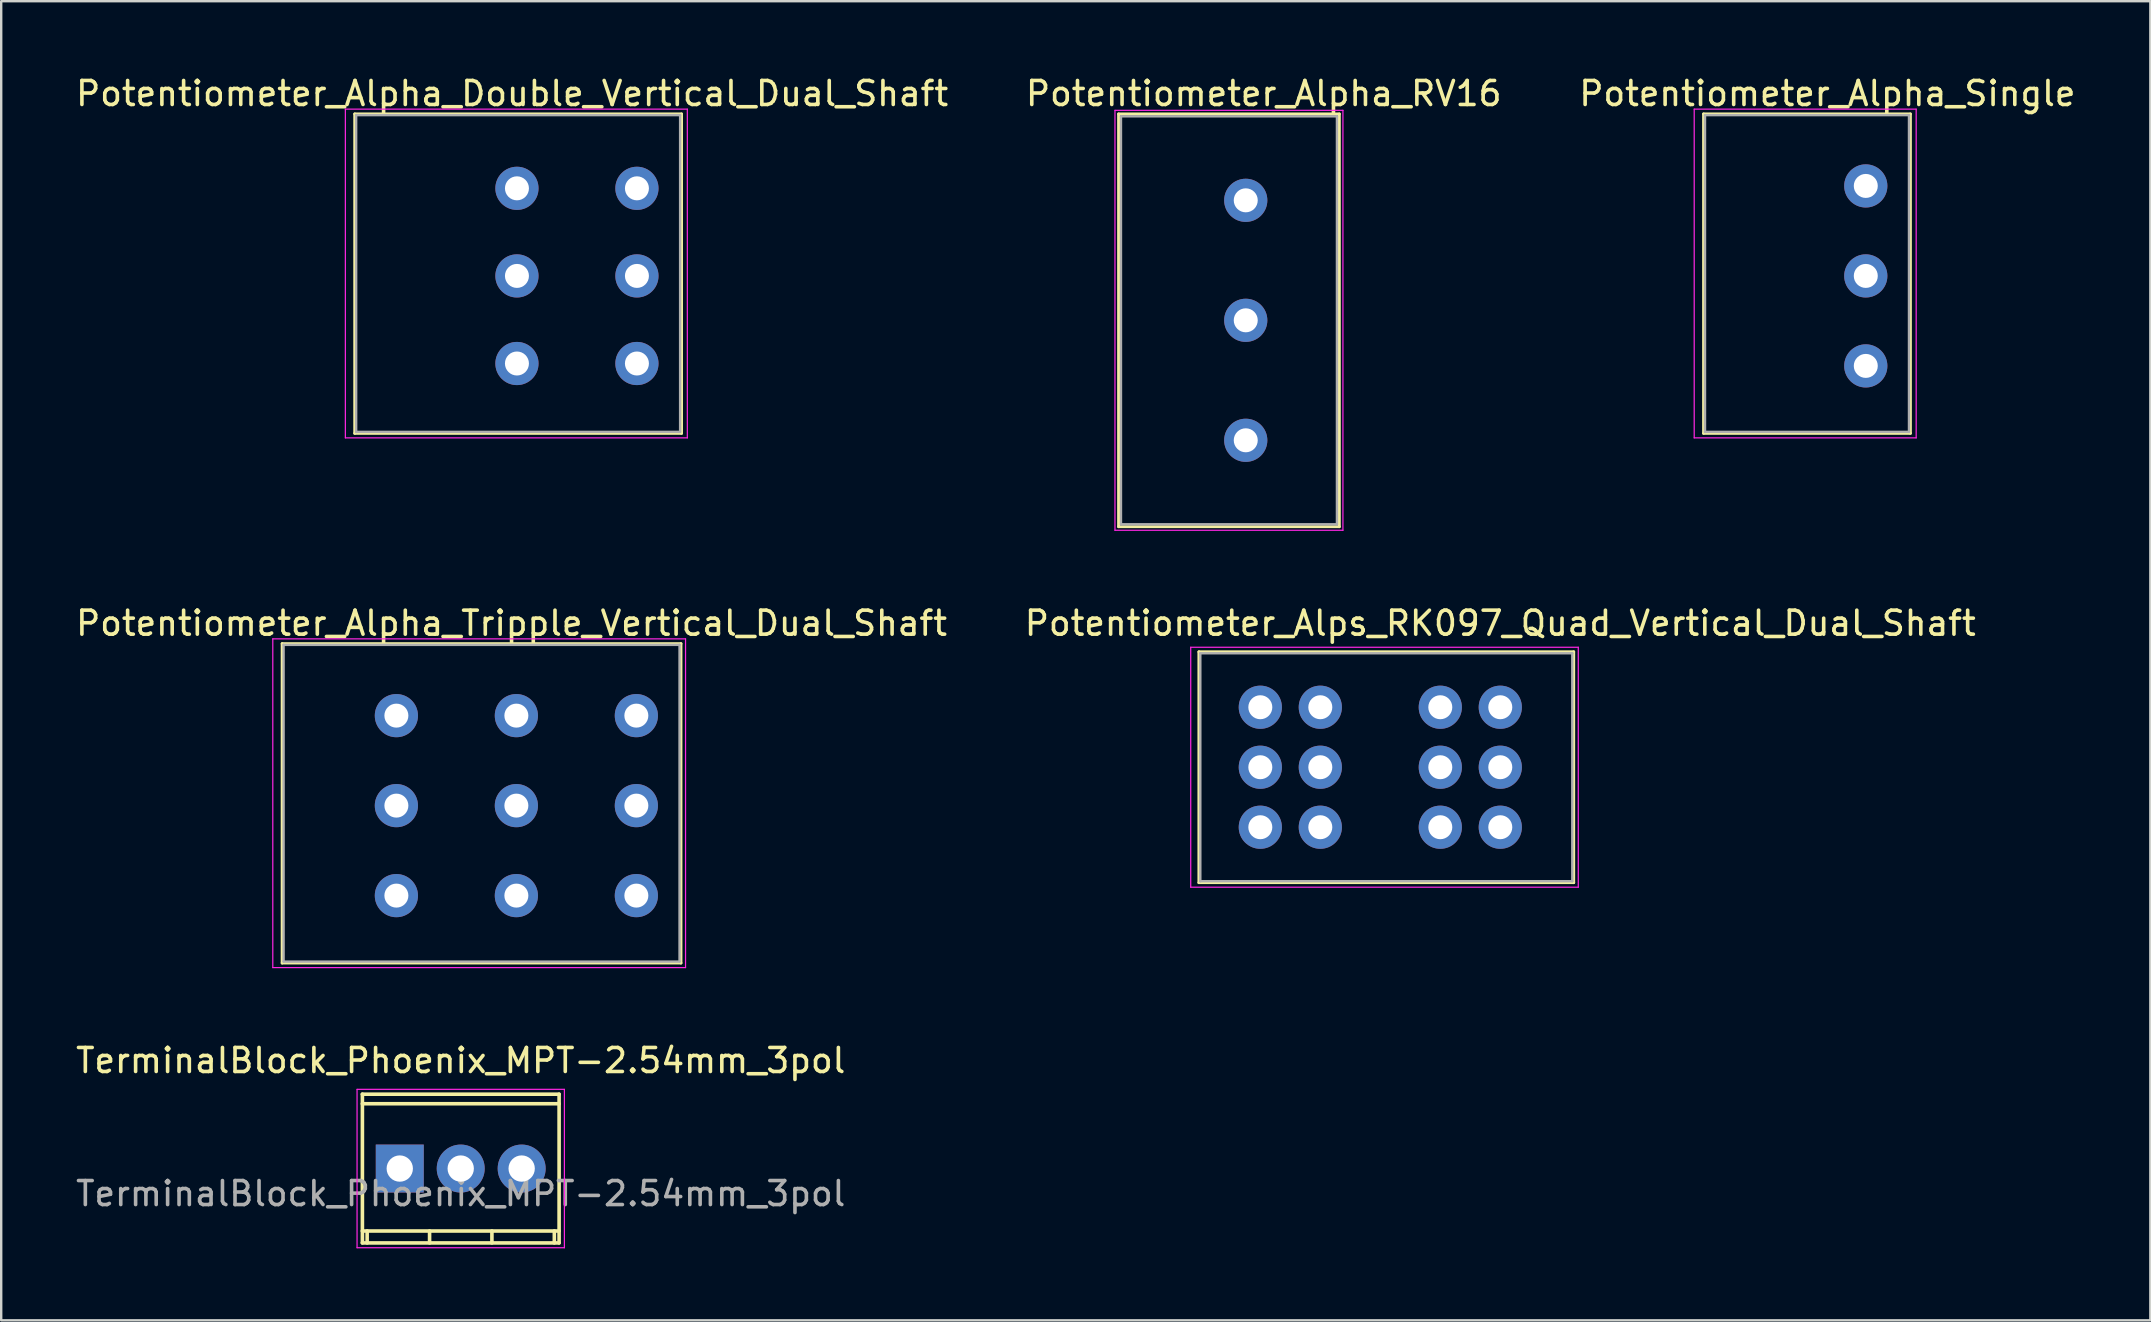
<source format=kicad_pcb>
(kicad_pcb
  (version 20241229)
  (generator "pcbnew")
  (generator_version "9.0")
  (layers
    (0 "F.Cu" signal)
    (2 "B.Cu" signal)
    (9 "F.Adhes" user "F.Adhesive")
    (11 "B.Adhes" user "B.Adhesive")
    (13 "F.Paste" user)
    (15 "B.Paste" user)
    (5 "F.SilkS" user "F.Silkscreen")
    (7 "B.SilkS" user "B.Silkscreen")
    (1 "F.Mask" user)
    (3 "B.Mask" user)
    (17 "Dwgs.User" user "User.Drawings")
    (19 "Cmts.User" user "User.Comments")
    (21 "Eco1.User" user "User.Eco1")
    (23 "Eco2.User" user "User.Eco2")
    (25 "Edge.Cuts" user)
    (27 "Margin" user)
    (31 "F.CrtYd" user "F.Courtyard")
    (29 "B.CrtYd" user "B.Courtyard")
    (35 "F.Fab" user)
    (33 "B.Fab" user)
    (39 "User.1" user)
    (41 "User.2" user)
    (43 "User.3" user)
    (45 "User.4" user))
  (footprint "TerminalBlock_Phoenix_MPT-2.54mm_3pol"
    (layer "F.Cu")
    (at 13.609 45.646)
    (property "Reference" "TerminalBlock_Phoenix_MPT-2.54mm_3pol" (at 2.54 -4.501 0) (layer "F.SilkS") (effects (font (size 1 1) (thickness 0.15))))
    (attr through_hole)
    (fp_line (start -1.56 3.099) (end 6.64 3.099) (stroke (width 0.15) (type solid)) (layer "F.SilkS"))
    (fp_line (start -1.557 -3.099) (end -1.557 3.099) (stroke (width 0.15) (type solid)) (layer "F.SilkS"))
    (fp_line (start -1.359 3.099) (end -1.359 2.601) (stroke (width 0.15) (type solid)) (layer "F.SilkS"))
    (fp_line (start 1.242 3.099) (end 1.242 2.601) (stroke (width 0.15) (type solid)) (layer "F.SilkS"))
    (fp_line (start 3.84 2.601) (end 3.84 3.099) (stroke (width 0.15) (type solid)) (layer "F.SilkS"))
    (fp_line (start 6.441 2.601) (end 6.441 3.099) (stroke (width 0.15) (type solid)) (layer "F.SilkS"))
    (fp_line (start 6.64 -3.099) (end -1.56 -3.099) (stroke (width 0.15) (type solid)) (layer "F.SilkS"))
    (fp_line (start 6.64 -2.7) (end -1.56 -2.7) (stroke (width 0.15) (type solid)) (layer "F.SilkS"))
    (fp_line (start 6.64 2.601) (end -1.56 2.601) (stroke (width 0.15) (type solid)) (layer "F.SilkS"))
    (fp_line (start 6.64 3.099) (end 6.64 -3.099) (stroke (width 0.15) (type solid)) (layer "F.SilkS"))
    (fp_line (start -1.78 -3.3) (end -1.78 3.3) (stroke (width 0.05) (type solid)) (layer "F.CrtYd"))
    (fp_line (start -1.78 3.3) (end 6.86 3.3) (stroke (width 0.05) (type solid)) (layer "F.CrtYd"))
    (fp_line (start 6.86 -3.3) (end -1.78 -3.3) (stroke (width 0.05) (type solid)) (layer "F.CrtYd"))
    (fp_line (start 6.86 3.3) (end 6.86 -3.3) (stroke (width 0.05) (type solid)) (layer "F.CrtYd"))
    (fp_text user "${REFERENCE}" (at 2.54 1.045 0) (layer "F.Fab") (effects (font (size 1 1) (thickness 0.15))))
    (pad "1" thru_hole rect (at 0 0) (size 1.999 1.999) (drill 1.097) (layers "*.Cu" "*.Mask"))
    (pad "2" thru_hole oval (at 2.54 0) (size 1.999 1.999) (drill 1.097) (layers "*.Cu" "*.Mask"))
    (pad "3" thru_hole oval (at 5.08 0) (size 1.999 1.999) (drill 1.097) (layers "*.Cu" "*.Mask")))
  (footprint "Potentiometer_Alpha_Tripple_Vertical_Dual_Shaft"
    (layer "F.Cu")
    (at 23.468 34.272)
    (property "Reference" "Potentiometer_Alpha_Tripple_Vertical_Dual_Shaft" (at -5.2 -11.35 0) (layer "F.SilkS") (effects (font (size 1 1) (thickness 0.15))))
    (attr through_hole)
    (fp_line (start -14.76 -10.5) (end -14.76 2.81) (stroke (width 0.12) (type solid)) (layer "F.SilkS"))
    (fp_line (start -14.76 -10.5) (end 1.86 -10.5) (stroke (width 0.12) (type solid)) (layer "F.SilkS"))
    (fp_line (start -14.76 2.81) (end 1.86 2.81) (stroke (width 0.12) (type solid)) (layer "F.SilkS"))
    (fp_line (start 1.86 -10.5) (end 1.86 2.81) (stroke (width 0.12) (type solid)) (layer "F.SilkS"))
    (fp_line (start -15.15 -10.7) (end -15.15 3) (stroke (width 0.05) (type solid)) (layer "F.CrtYd"))
    (fp_line (start -15.15 3) (end 2.05 3) (stroke (width 0.05) (type solid)) (layer "F.CrtYd"))
    (fp_line (start 2.05 -10.7) (end -15.15 -10.7) (stroke (width 0.05) (type solid)) (layer "F.CrtYd"))
    (fp_line (start 2.05 3) (end 2.05 -10.7) (stroke (width 0.05) (type solid)) (layer "F.CrtYd"))
    (fp_line (start -14.7 -10.45) (end -14.7 2.75) (stroke (width 0.1) (type solid)) (layer "F.Fab"))
    (fp_line (start -14.7 2.75) (end 1.8 2.75) (stroke (width 0.1) (type solid)) (layer "F.Fab"))
    (fp_line (start 1.8 -10.45) (end -14.7 -10.45) (stroke (width 0.1) (type solid)) (layer "F.Fab"))
    (fp_line (start 1.8 2.75) (end 1.8 -10.45) (stroke (width 0.1) (type solid)) (layer "F.Fab"))
    (pad "1" thru_hole circle (at 0 0) (size 1.8 1.8) (drill 1) (layers "*.Cu" "*.Mask"))
    (pad "2" thru_hole circle (at 0 -3.75) (size 1.8 1.8) (drill 1) (layers "*.Cu" "*.Mask"))
    (pad "3" thru_hole circle (at 0 -7.5) (size 1.8 1.8) (drill 1) (layers "*.Cu" "*.Mask"))
    (pad "4" thru_hole circle (at -5 0) (size 1.8 1.8) (drill 1) (layers "*.Cu" "*.Mask"))
    (pad "5" thru_hole circle (at -5 -3.75) (size 1.8 1.8) (drill 1) (layers "*.Cu" "*.Mask"))
    (pad "6" thru_hole circle (at -5 -7.5) (size 1.8 1.8) (drill 1) (layers "*.Cu" "*.Mask"))
    (pad "7" thru_hole circle (at -10 0) (size 1.8 1.8) (drill 1) (layers "*.Cu" "*.Mask"))
    (pad "8" thru_hole circle (at -10 -3.75) (size 1.8 1.8) (drill 1) (layers "*.Cu" "*.Mask"))
    (pad "9" thru_hole circle (at -10 -7.5) (size 1.8 1.8) (drill 1) (layers "*.Cu" "*.Mask")))
  (footprint "Potentiometer_Alps_RK097_Quad_Vertical_Dual_Shaft"
    (layer "F.Cu")
    (at 59.47 31.422)
    (property "Reference" "Potentiometer_Alps_RK097_Quad_Vertical_Dual_Shaft" (at 0 -8.5 0) (layer "F.SilkS") (effects (font (size 1 1) (thickness 0.15))))
    (attr through_hole)
    (fp_line (start -12.56 -7.31) (end -12.56 2.31) (stroke (width 0.12) (type solid)) (layer "F.SilkS"))
    (fp_line (start -12.56 -7.31) (end 3.06 -7.31) (stroke (width 0.12) (type solid)) (layer "F.SilkS"))
    (fp_line (start -12.56 2.31) (end 3.06 2.31) (stroke (width 0.12) (type solid)) (layer "F.SilkS"))
    (fp_line (start 3.06 -7.31) (end 3.06 2.31) (stroke (width 0.12) (type solid)) (layer "F.SilkS"))
    (fp_line (start -12.9 -7.5) (end -12.9 2.5) (stroke (width 0.05) (type solid)) (layer "F.CrtYd"))
    (fp_line (start -12.9 2.5) (end 3.25 2.5) (stroke (width 0.05) (type solid)) (layer "F.CrtYd"))
    (fp_line (start 3.25 -7.5) (end -12.9 -7.5) (stroke (width 0.05) (type solid)) (layer "F.CrtYd"))
    (fp_line (start 3.25 2.5) (end 3.25 -7.5) (stroke (width 0.05) (type solid)) (layer "F.CrtYd"))
    (fp_line (start -12.5 -7.25) (end -12.5 2.25) (stroke (width 0.1) (type solid)) (layer "F.Fab"))
    (fp_line (start -12.5 2.25) (end 3 2.25) (stroke (width 0.1) (type solid)) (layer "F.Fab"))
    (fp_line (start 3 -7.25) (end -12.5 -7.25) (stroke (width 0.1) (type solid)) (layer "F.Fab"))
    (fp_line (start 3 2.25) (end 3 -7.25) (stroke (width 0.1) (type solid)) (layer "F.Fab"))
    (pad "1" thru_hole circle (at 0 0) (size 1.8 1.8) (drill 1) (layers "*.Cu" "*.Mask"))
    (pad "2" thru_hole circle (at 0 -2.5) (size 1.8 1.8) (drill 1) (layers "*.Cu" "*.Mask"))
    (pad "3" thru_hole circle (at 0 -5) (size 1.8 1.8) (drill 1) (layers "*.Cu" "*.Mask"))
    (pad "4" thru_hole circle (at -2.5 0) (size 1.8 1.8) (drill 1) (layers "*.Cu" "*.Mask"))
    (pad "5" thru_hole circle (at -2.5 -2.5) (size 1.8 1.8) (drill 1) (layers "*.Cu" "*.Mask"))
    (pad "6" thru_hole circle (at -2.5 -5) (size 1.8 1.8) (drill 1) (layers "*.Cu" "*.Mask"))
    (pad "7" thru_hole circle (at -7.5 0) (size 1.8 1.8) (drill 1) (layers "*.Cu" "*.Mask"))
    (pad "8" thru_hole circle (at -7.5 -2.5) (size 1.8 1.8) (drill 1) (layers "*.Cu" "*.Mask"))
    (pad "9" thru_hole circle (at -7.5 -5) (size 1.8 1.8) (drill 1) (layers "*.Cu" "*.Mask"))
    (pad "10" thru_hole circle (at -10 0) (size 1.8 1.8) (drill 1) (layers "*.Cu" "*.Mask"))
    (pad "11" thru_hole circle (at -10 -2.5) (size 1.8 1.8) (drill 1) (layers "*.Cu" "*.Mask"))
    (pad "12" thru_hole circle (at -10 -5) (size 1.8 1.8) (drill 1) (layers "*.Cu" "*.Mask")))
  (footprint "Potentiometer_Alpha_RV16"
    (layer "F.Cu")
    (at 48.863 10.298)
    (property "Reference" "Potentiometer_Alpha_RV16" (at 0.75 -9.45 0) (layer "F.SilkS") (effects (font (size 1 1) (thickness 0.15))))
    (attr through_hole)
    (fp_line (start -5.3 -8.6) (end -5.3 8.6) (stroke (width 0.12) (type solid)) (layer "F.SilkS"))
    (fp_line (start -5.3 -8.6) (end 3.9 -8.6) (stroke (width 0.12) (type solid)) (layer "F.SilkS"))
    (fp_line (start -5.3 8.6) (end 3.9 8.6) (stroke (width 0.12) (type solid)) (layer "F.SilkS"))
    (fp_line (start 3.9 -8.6) (end 3.9 8.6) (stroke (width 0.12) (type solid)) (layer "F.SilkS"))
    (fp_line (start -5.45 -8.75) (end -5.45 8.75) (stroke (width 0.05) (type solid)) (layer "F.CrtYd"))
    (fp_line (start -5.45 8.75) (end 4.05 8.75) (stroke (width 0.05) (type solid)) (layer "F.CrtYd"))
    (fp_line (start 4.05 -8.75) (end -5.45 -8.75) (stroke (width 0.05) (type solid)) (layer "F.CrtYd"))
    (fp_line (start 4.05 8.75) (end 4.05 -8.75) (stroke (width 0.05) (type solid)) (layer "F.CrtYd"))
    (fp_line (start -5.2 -8.5) (end -5.2 8.5) (stroke (width 0.1) (type solid)) (layer "F.Fab"))
    (fp_line (start -5.2 8.5) (end 3.8 8.5) (stroke (width 0.1) (type solid)) (layer "F.Fab"))
    (fp_line (start 3.8 -8.5) (end -5.2 -8.5) (stroke (width 0.1) (type solid)) (layer "F.Fab"))
    (fp_line (start 3.8 8.5) (end 3.8 -8.5) (stroke (width 0.1) (type solid)) (layer "F.Fab"))
    (pad "1" thru_hole circle (at 0 5) (size 1.8 1.8) (drill 1) (layers "*.Cu" "*.Mask"))
    (pad "2" thru_hole circle (at 0 0) (size 1.8 1.8) (drill 1) (layers "*.Cu" "*.Mask"))
    (pad "3" thru_hole circle (at 0 -5) (size 1.8 1.8) (drill 1) (layers "*.Cu" "*.Mask")))
  (footprint "Potentiometer_Alpha_Single"
    (layer "F.Cu")
    (at 74.701 12.198)
    (property "Reference" "Potentiometer_Alpha_Single" (at -1.6 -11.35 0) (layer "F.SilkS") (effects (font (size 1 1) (thickness 0.15))))
    (attr through_hole)
    (fp_line (start -6.76 -10.5) (end -6.76 2.81) (stroke (width 0.12) (type solid)) (layer "F.SilkS"))
    (fp_line (start -6.76 -10.5) (end 1.86 -10.5) (stroke (width 0.12) (type solid)) (layer "F.SilkS"))
    (fp_line (start -6.76 2.81) (end 1.86 2.81) (stroke (width 0.12) (type solid)) (layer "F.SilkS"))
    (fp_line (start 1.86 -10.5) (end 1.86 2.81) (stroke (width 0.12) (type solid)) (layer "F.SilkS"))
    (fp_line (start -7.15 -10.7) (end -7.15 3) (stroke (width 0.05) (type solid)) (layer "F.CrtYd"))
    (fp_line (start -7.15 3) (end 2.1 3) (stroke (width 0.05) (type solid)) (layer "F.CrtYd"))
    (fp_line (start 2.1 -10.7) (end -7.15 -10.7) (stroke (width 0.05) (type solid)) (layer "F.CrtYd"))
    (fp_line (start 2.1 3) (end 2.1 -10.7) (stroke (width 0.05) (type solid)) (layer "F.CrtYd"))
    (fp_line (start -6.7 -10.45) (end -6.7 2.75) (stroke (width 0.1) (type solid)) (layer "F.Fab"))
    (fp_line (start -6.7 2.75) (end 1.8 2.75) (stroke (width 0.1) (type solid)) (layer "F.Fab"))
    (fp_line (start 1.8 -10.45) (end -6.7 -10.45) (stroke (width 0.1) (type solid)) (layer "F.Fab"))
    (fp_line (start 1.8 2.75) (end 1.8 -10.45) (stroke (width 0.1) (type solid)) (layer "F.Fab"))
    (pad "1" thru_hole circle (at 0 0) (size 1.8 1.8) (drill 1) (layers "*.Cu" "*.Mask"))
    (pad "2" thru_hole circle (at 0 -3.75) (size 1.8 1.8) (drill 1) (layers "*.Cu" "*.Mask"))
    (pad "3" thru_hole circle (at 0 -7.5) (size 1.8 1.8) (drill 1) (layers "*.Cu" "*.Mask")))
  (footprint "Potentiometer_Alpha_Double_Vertical_Dual_Shaft"
    (layer "F.Cu")
    (at 23.492 12.098)
    (property "Reference" "Potentiometer_Alpha_Double_Vertical_Dual_Shaft" (at -5.2 -11.25 0) (layer "F.SilkS") (effects (font (size 1 1) (thickness 0.15))))
    (attr through_hole)
    (fp_line (start -11.76 -10.4) (end -11.76 2.91) (stroke (width 0.12) (type solid)) (layer "F.SilkS"))
    (fp_line (start -11.76 -10.4) (end 1.86 -10.4) (stroke (width 0.12) (type solid)) (layer "F.SilkS"))
    (fp_line (start -11.76 2.91) (end 1.86 2.91) (stroke (width 0.12) (type solid)) (layer "F.SilkS"))
    (fp_line (start 1.86 -10.4) (end 1.86 2.91) (stroke (width 0.12) (type solid)) (layer "F.SilkS"))
    (fp_line (start -12.15 -10.6) (end -12.15 3.1) (stroke (width 0.05) (type solid)) (layer "F.CrtYd"))
    (fp_line (start -12.15 3.1) (end 2.1 3.1) (stroke (width 0.05) (type solid)) (layer "F.CrtYd"))
    (fp_line (start 2.1 -10.6) (end -12.15 -10.6) (stroke (width 0.05) (type solid)) (layer "F.CrtYd"))
    (fp_line (start 2.1 3.1) (end 2.1 -10.6) (stroke (width 0.05) (type solid)) (layer "F.CrtYd"))
    (fp_line (start -11.7 -10.35) (end -11.7 2.85) (stroke (width 0.1) (type solid)) (layer "F.Fab"))
    (fp_line (start -11.7 2.85) (end 1.8 2.85) (stroke (width 0.1) (type solid)) (layer "F.Fab"))
    (fp_line (start 1.8 -10.35) (end -11.7 -10.35) (stroke (width 0.1) (type solid)) (layer "F.Fab"))
    (fp_line (start 1.8 2.85) (end 1.8 -10.35) (stroke (width 0.1) (type solid)) (layer "F.Fab"))
    (pad "1" thru_hole circle (at 0 0) (size 1.8 1.8) (drill 1) (layers "*.Cu" "*.Mask"))
    (pad "2" thru_hole circle (at 0 -3.65) (size 1.8 1.8) (drill 1) (layers "*.Cu" "*.Mask"))
    (pad "3" thru_hole circle (at 0 -7.3) (size 1.8 1.8) (drill 1) (layers "*.Cu" "*.Mask"))
    (pad "4" thru_hole circle (at -5 0) (size 1.8 1.8) (drill 1) (layers "*.Cu" "*.Mask"))
    (pad "5" thru_hole circle (at -5 -3.65) (size 1.8 1.8) (drill 1) (layers "*.Cu" "*.Mask"))
    (pad "6" thru_hole circle (at -5 -7.3) (size 1.8 1.8) (drill 1) (layers "*.Cu" "*.Mask")))
  (gr_rect
    (start -3 -3)
    (end 86.56 51.971)
    (stroke (width 0.1) (type default))
    (fill no)
    (layer "Edge.Cuts")))
</source>
